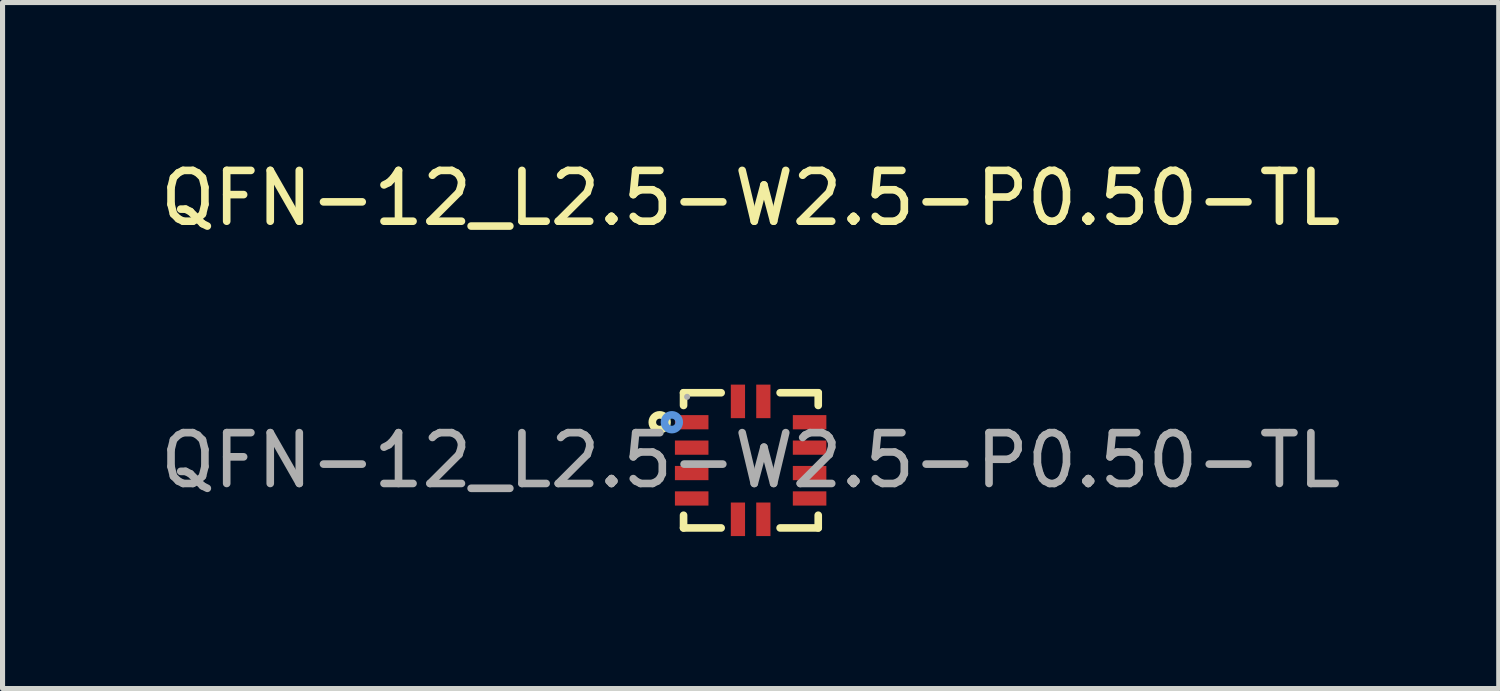
<source format=kicad_pcb>
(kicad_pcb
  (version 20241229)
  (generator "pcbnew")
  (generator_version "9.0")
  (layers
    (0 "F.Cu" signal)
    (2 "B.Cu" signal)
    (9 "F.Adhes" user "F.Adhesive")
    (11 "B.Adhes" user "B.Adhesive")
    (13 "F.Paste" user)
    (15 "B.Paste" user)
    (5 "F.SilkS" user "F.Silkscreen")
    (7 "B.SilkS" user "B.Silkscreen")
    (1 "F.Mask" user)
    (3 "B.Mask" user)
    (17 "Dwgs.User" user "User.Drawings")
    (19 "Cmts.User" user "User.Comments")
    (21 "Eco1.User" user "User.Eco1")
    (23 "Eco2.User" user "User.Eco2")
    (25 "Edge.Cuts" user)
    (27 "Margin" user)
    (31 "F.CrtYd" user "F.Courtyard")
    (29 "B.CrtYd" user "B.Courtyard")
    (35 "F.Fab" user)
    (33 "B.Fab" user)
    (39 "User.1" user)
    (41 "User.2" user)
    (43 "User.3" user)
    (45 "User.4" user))
  (footprint "QFN-12_L2.5-W2.5-P0.50-TL"
    (layer "F.Cu")
    (at 11.72 6.008)
    (property "Reference" "QFN-12_L2.5-W2.5-P0.50-TL" (at 0 -5.16 0) (layer "F.SilkS") (effects (font (size 1 1) (thickness 0.15))))
    (attr smd)
    (fp_line (start -1.32 -1.33) (end -1.32 -1.08) (stroke (width 0.15) (type solid)) (layer "F.SilkS"))
    (fp_line (start -1.32 1.33) (end -1.32 1.08) (stroke (width 0.15) (type solid)) (layer "F.SilkS"))
    (fp_line (start -0.58 -1.33) (end -1.32 -1.33) (stroke (width 0.15) (type solid)) (layer "F.SilkS"))
    (fp_line (start -0.58 1.33) (end -1.32 1.33) (stroke (width 0.15) (type solid)) (layer "F.SilkS"))
    (fp_line (start 0.58 -1.33) (end 1.33 -1.33) (stroke (width 0.15) (type solid)) (layer "F.SilkS"))
    (fp_line (start 0.58 1.33) (end 1.33 1.33) (stroke (width 0.15) (type solid)) (layer "F.SilkS"))
    (fp_line (start 1.33 -1.33) (end 1.33 -1.08) (stroke (width 0.15) (type solid)) (layer "F.SilkS"))
    (fp_line (start 1.33 1.33) (end 1.33 1.08) (stroke (width 0.15) (type solid)) (layer "F.SilkS"))
    (fp_circle (center -1.79 -0.75) (end -1.72 -0.75) (stroke (width 0.15) (type solid)) (fill no) (layer "F.SilkS"))
    (fp_circle (center -1.55 -0.75) (end -1.48 -0.75) (stroke (width 0.15) (type solid)) (fill no) (layer "Cmts.User"))
    (fp_circle (center -1.25 -1.25) (end -1.22 -1.25) (stroke (width 0.06) (type solid)) (fill no) (layer "F.Fab"))
    (fp_text user "${REFERENCE}" (at 0 0 0) (layer "F.Fab") (effects (font (size 1 1) (thickness 0.15))))
    (pad "1" smd rect (at -1.16 -0.75) (size 0.66 0.28) (layers "F.Cu" "F.Mask" "F.Paste"))
    (pad "2" smd rect (at -1.16 -0.25) (size 0.66 0.28) (layers "F.Cu" "F.Mask" "F.Paste"))
    (pad "3" smd rect (at -1.16 0.25) (size 0.66 0.28) (layers "F.Cu" "F.Mask" "F.Paste"))
    (pad "4" smd rect (at -1.16 0.75) (size 0.66 0.28) (layers "F.Cu" "F.Mask" "F.Paste"))
    (pad "5" smd rect (at -0.25 1.16) (size 0.28 0.66) (layers "F.Cu" "F.Mask" "F.Paste"))
    (pad "6" smd rect (at 0.25 1.16) (size 0.28 0.66) (layers "F.Cu" "F.Mask" "F.Paste"))
    (pad "7" smd rect (at 1.16 0.75) (size 0.66 0.28) (layers "F.Cu" "F.Mask" "F.Paste"))
    (pad "8" smd rect (at 1.16 0.25) (size 0.66 0.28) (layers "F.Cu" "F.Mask" "F.Paste"))
    (pad "9" smd rect (at 1.16 -0.25) (size 0.66 0.28) (layers "F.Cu" "F.Mask" "F.Paste"))
    (pad "10" smd rect (at 1.16 -0.75) (size 0.66 0.28) (layers "F.Cu" "F.Mask" "F.Paste"))
    (pad "11" smd rect (at 0.25 -1.16) (size 0.28 0.66) (layers "F.Cu" "F.Mask" "F.Paste"))
    (pad "12" smd rect (at -0.25 -1.16) (size 0.28 0.66) (layers "F.Cu" "F.Mask" "F.Paste")))
  (gr_rect
    (start -3 -3)
    (end 26.44 10.498)
    (stroke (width 0.1) (type default))
    (fill no)
    (layer "Edge.Cuts")))
</source>
